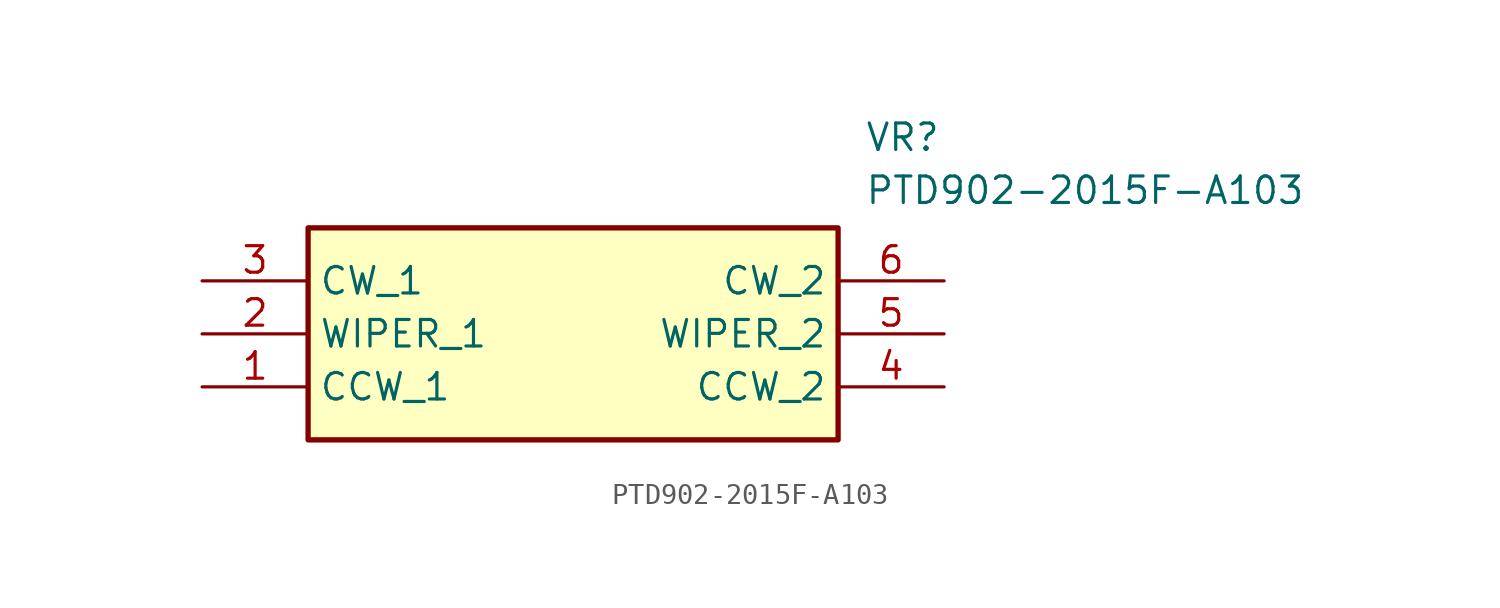
<source format=kicad_sym>
(kicad_symbol_lib
  (version 20211014)
  (generator SamacSys_ECAD_Model)
  (symbol "PTD902-2015F-A103"
    (property "Reference" "VR"
      (at 31.75 7.62 0)
      (effects (font (size 1.27 1.27)) (justify left top)))
    (property "Value" "PTD902-2015F-A103"
      (at 31.75 5.08 0)
      (effects (font (size 1.27 1.27)) (justify left top)))
    (rectangle
      (start 5.08 2.54)
      (end 30.48 -7.62)
      (stroke (width 0.254) (type default))
      (fill (type background)))
    (pin passive line
      (at 0 -5.08 0)
      (length 5.08)
      (name "CCW_1" (effects (font (size 1.27 1.27))))
      (number "1" (effects (font (size 1.27 1.27)))))
    (pin passive line
      (at 0 -2.54 0)
      (length 5.08)
      (name "WIPER_1" (effects (font (size 1.27 1.27))))
      (number "2" (effects (font (size 1.27 1.27)))))
    (pin passive line
      (at 0 0 0)
      (length 5.08)
      (name "CW_1" (effects (font (size 1.27 1.27))))
      (number "3" (effects (font (size 1.27 1.27)))))
    (pin passive line
      (at 35.56 -5.08 180)
      (length 5.08)
      (name "CCW_2" (effects (font (size 1.27 1.27))))
      (number "4" (effects (font (size 1.27 1.27)))))
    (pin passive line
      (at 35.56 -2.54 180)
      (length 5.08)
      (name "WIPER_2" (effects (font (size 1.27 1.27))))
      (number "5" (effects (font (size 1.27 1.27)))))
    (pin passive line
      (at 35.56 0 180)
      (length 5.08)
      (name "CW_2" (effects (font (size 1.27 1.27))))
      (number "6" (effects (font (size 1.27 1.27)))))))
</source>
